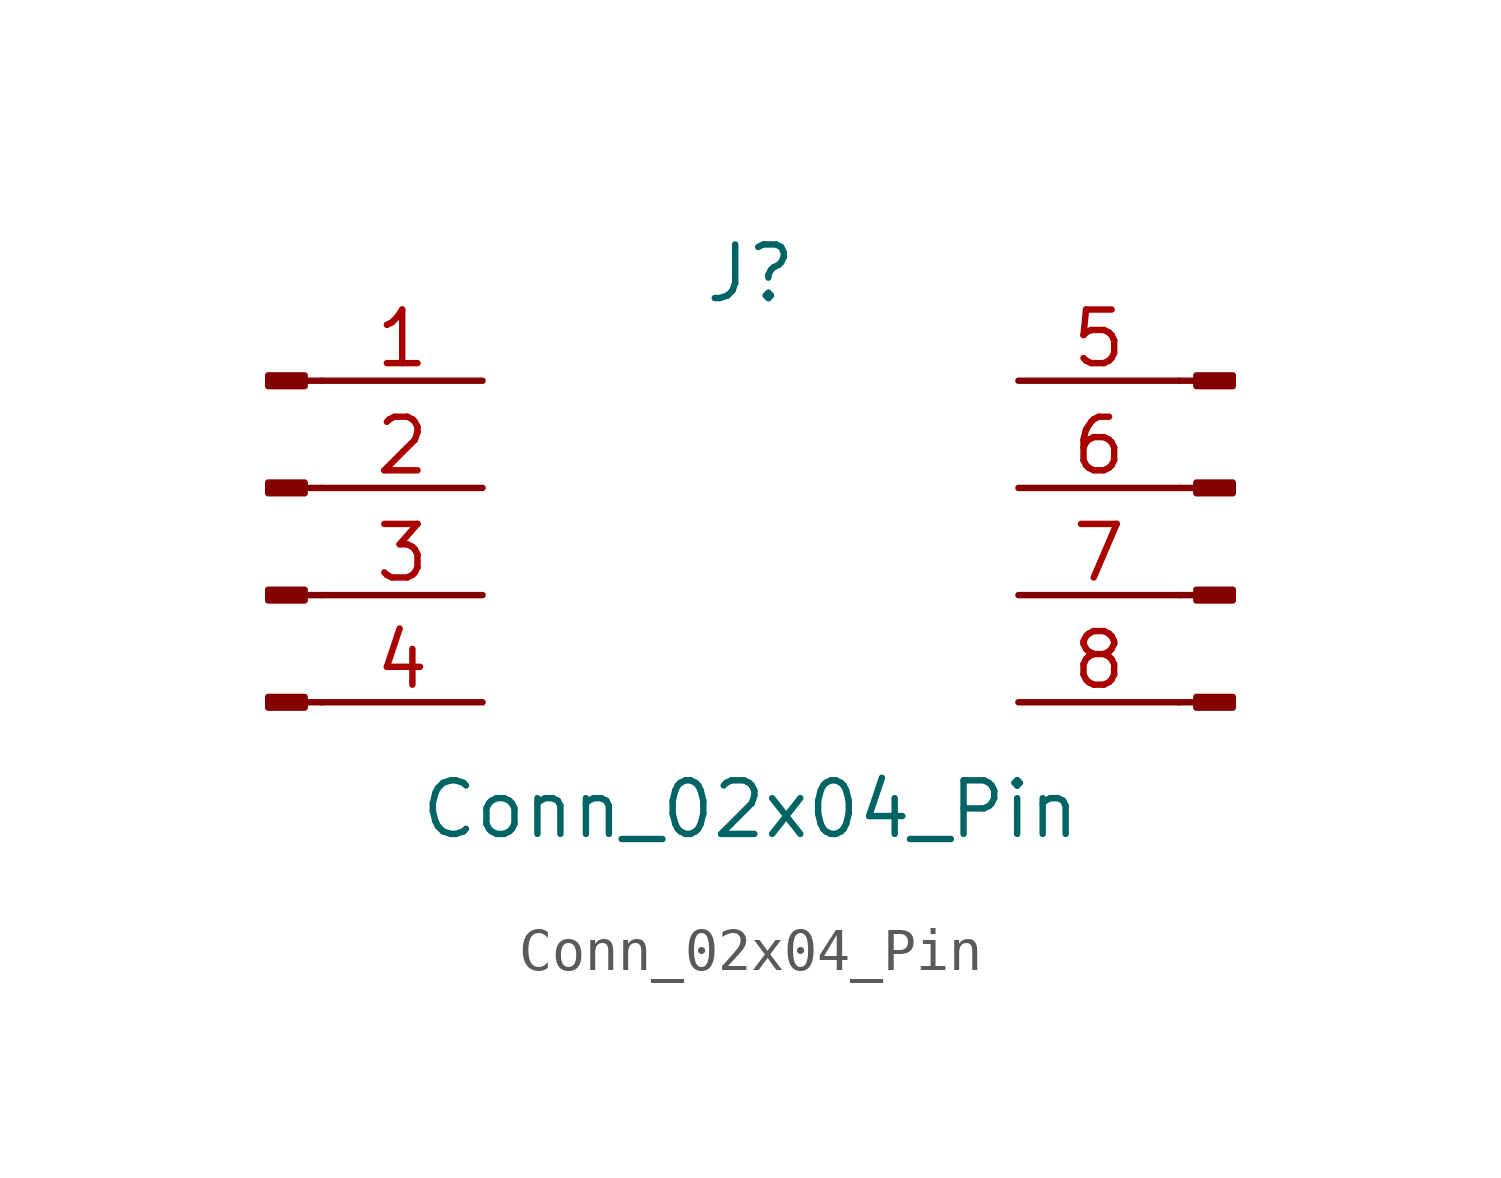
<source format=kicad_sym>
(kicad_symbol_lib
  (version 20231120)
  (generator "kicad_symbol_editor")
  (generator_version "8.0")
  (symbol "Conn_02x04_Pin"
    (pin_names
      (offset 1.016) hide)
    (property "Reference" "J"
      (at 0 5.08 0)
      (effects (font (size 1.27 1.27))))
    (property "Value" "Conn_02x04_Pin"
      (at 0 -7.62 0)
      (effects (font (size 1.27 1.27))))
    (property "ki_locked" ""
      (at 0 0 0)
      (effects (font (size 1.27 1.27))))
    (symbol "Conn_02x04_Pin_1_1"
      (rectangle (start -10.566 -4.953) (end -11.43 -5.207) (stroke (width 0.152) (type default)) (fill (type outline)))
      (rectangle (start -10.566 -2.413) (end -11.43 -2.667) (stroke (width 0.152) (type default)) (fill (type outline)))
      (rectangle (start -10.566 0.127) (end -11.43 -0.127) (stroke (width 0.152) (type default)) (fill (type outline)))
      (rectangle (start -10.566 2.667) (end -11.43 2.413) (stroke (width 0.152) (type default)) (fill (type outline)))
      (polyline (pts (xy -10.16 -5.08) (xy -10.566 -5.08)) (stroke (width 0.152) (type default)) (fill (type none)))
      (polyline (pts (xy -10.16 -2.54) (xy -10.566 -2.54)) (stroke (width 0.152) (type default)) (fill (type none)))
      (polyline (pts (xy -10.16 0) (xy -10.566 0)) (stroke (width 0.152) (type default)) (fill (type none)))
      (polyline (pts (xy -10.16 2.54) (xy -10.566 2.54)) (stroke (width 0.152) (type default)) (fill (type none)))
      (polyline (pts (xy 10.16 -5.08) (xy 10.566 -5.08)) (stroke (width 0.152) (type default)) (fill (type none)))
      (polyline (pts (xy 10.16 -2.54) (xy 10.566 -2.54)) (stroke (width 0.152) (type default)) (fill (type none)))
      (polyline (pts (xy 10.16 0) (xy 10.566 0)) (stroke (width 0.152) (type default)) (fill (type none)))
      (polyline (pts (xy 10.16 2.54) (xy 10.566 2.54)) (stroke (width 0.152) (type default)) (fill (type none)))
      (rectangle (start 10.566 -4.953) (end 11.43 -5.207) (stroke (width 0.152) (type default)) (fill (type outline)))
      (rectangle (start 10.566 -2.413) (end 11.43 -2.667) (stroke (width 0.152) (type default)) (fill (type outline)))
      (rectangle (start 10.566 0.127) (end 11.43 -0.127) (stroke (width 0.152) (type default)) (fill (type outline)))
      (rectangle (start 10.566 2.667) (end 11.43 2.413) (stroke (width 0.152) (type default)) (fill (type outline)))
      (pin passive line (at -6.35 2.54 180) (length 3.81) (name "Pin_1" (effects (font (size 1.27 1.27)))) (number "1" (effects (font (size 1.27 1.27)))))
      (pin passive line (at -6.35 0 180) (length 3.81) (name "Pin_2" (effects (font (size 1.27 1.27)))) (number "2" (effects (font (size 1.27 1.27)))))
      (pin passive line (at -6.35 -2.54 180) (length 3.81) (name "Pin_3" (effects (font (size 1.27 1.27)))) (number "3" (effects (font (size 1.27 1.27)))))
      (pin passive line (at -6.35 -5.08 180) (length 3.81) (name "Pin_4" (effects (font (size 1.27 1.27)))) (number "4" (effects (font (size 1.27 1.27)))))
      (pin passive line (at 6.35 2.54 0) (length 3.81) (name "Pin_5" (effects (font (size 1.27 1.27)))) (number "5" (effects (font (size 1.27 1.27)))))
      (pin passive line (at 6.35 0 0) (length 3.81) (name "Pin_6" (effects (font (size 1.27 1.27)))) (number "6" (effects (font (size 1.27 1.27)))))
      (pin passive line (at 6.35 -2.54 0) (length 3.81) (name "Pin_7" (effects (font (size 1.27 1.27)))) (number "7" (effects (font (size 1.27 1.27)))))
      (pin passive line (at 6.35 -5.08 0) (length 3.81) (name "Pin_8" (effects (font (size 1.27 1.27)))) (number "8" (effects (font (size 1.27 1.27))))))))
</source>
